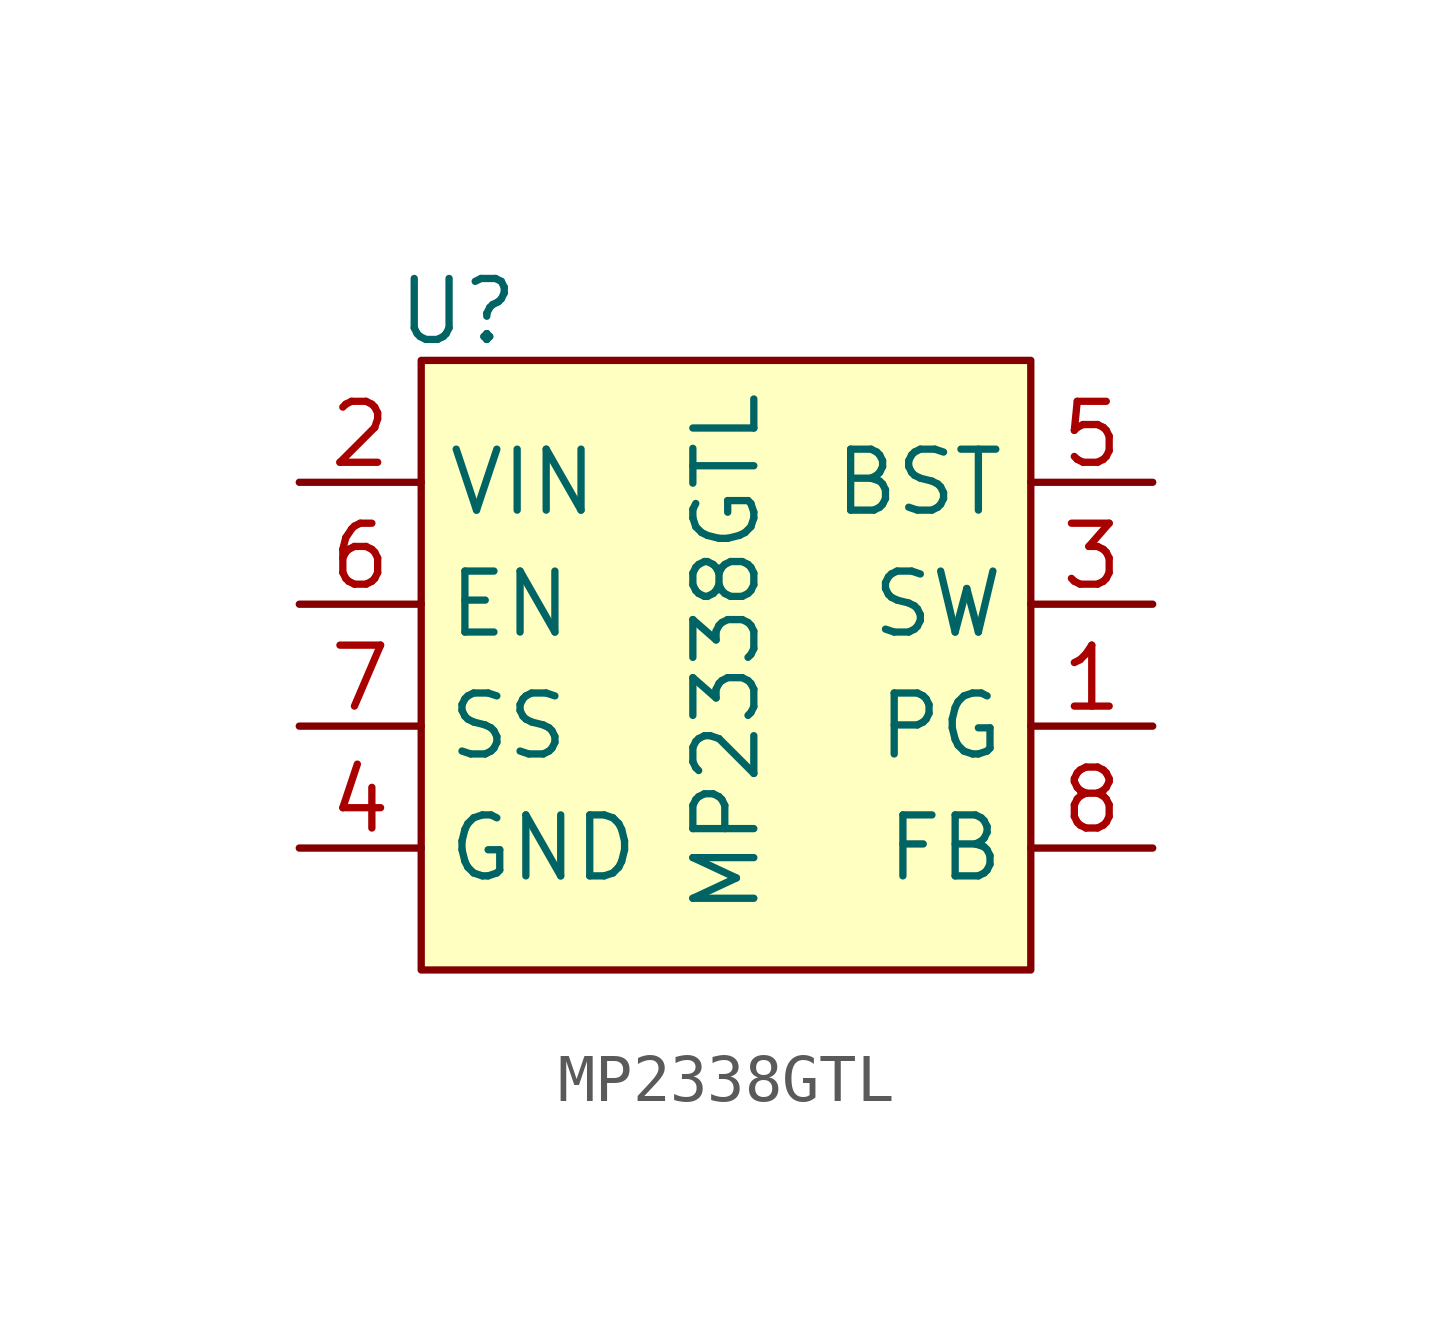
<source format=kicad_sym>
(kicad_symbol_lib
  (version 20231120)
  (generator "kicad_symbol_editor")
  (generator_version "8.0")
  (symbol "MP2338GTL"
    (property "Reference" "U"
      (at -5.588 7.366 0)
      (effects (font (size 1.27 1.27))))
    (property "Value" "MP2338GTL"
      (at 0 0.254 90)
      (effects (font (size 1.27 1.27))))
    (symbol "MP2338GTL_1_1"
      (rectangle (start -6.35 6.35) (end 6.35 -6.35) (stroke (width 0) (type default)) (fill (type background)))
      (pin input line (at 8.89 -1.27 180) (length 2.54) (name "PG" (effects (font (size 1.27 1.27)))) (number "1" (effects (font (size 1.27 1.27)))))
      (pin input line (at -8.89 3.81 0) (length 2.54) (name "VIN" (effects (font (size 1.27 1.27)))) (number "2" (effects (font (size 1.27 1.27)))))
      (pin input line (at 8.89 1.27 180) (length 2.54) (name "SW" (effects (font (size 1.27 1.27)))) (number "3" (effects (font (size 1.27 1.27)))))
      (pin input line (at -8.89 -3.81 0) (length 2.54) (name "GND" (effects (font (size 1.27 1.27)))) (number "4" (effects (font (size 1.27 1.27)))))
      (pin input line (at 8.89 3.81 180) (length 2.54) (name "BST" (effects (font (size 1.27 1.27)))) (number "5" (effects (font (size 1.27 1.27)))))
      (pin input line (at -8.89 1.27 0) (length 2.54) (name "EN" (effects (font (size 1.27 1.27)))) (number "6" (effects (font (size 1.27 1.27)))))
      (pin input line (at -8.89 -1.27 0) (length 2.54) (name "SS" (effects (font (size 1.27 1.27)))) (number "7" (effects (font (size 1.27 1.27)))))
      (pin input line (at 8.89 -3.81 180) (length 2.54) (name "FB" (effects (font (size 1.27 1.27)))) (number "8" (effects (font (size 1.27 1.27))))))))
</source>
